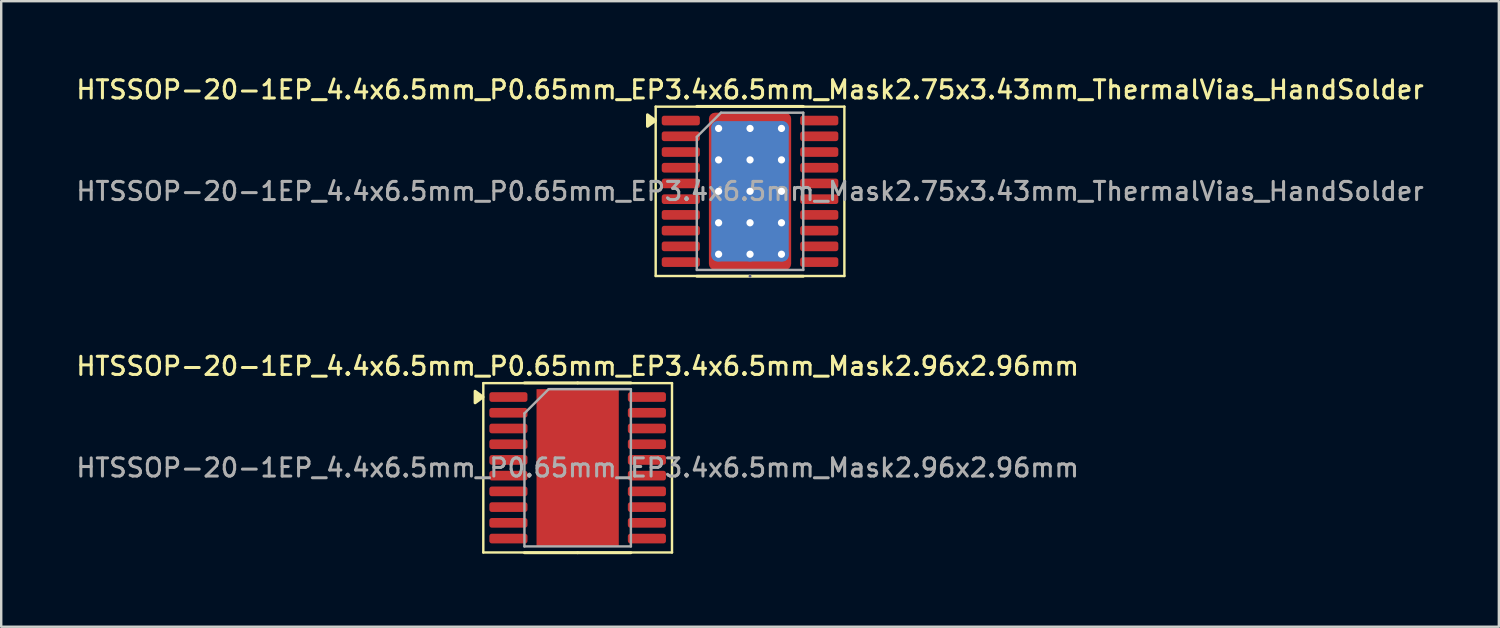
<source format=kicad_pcb>
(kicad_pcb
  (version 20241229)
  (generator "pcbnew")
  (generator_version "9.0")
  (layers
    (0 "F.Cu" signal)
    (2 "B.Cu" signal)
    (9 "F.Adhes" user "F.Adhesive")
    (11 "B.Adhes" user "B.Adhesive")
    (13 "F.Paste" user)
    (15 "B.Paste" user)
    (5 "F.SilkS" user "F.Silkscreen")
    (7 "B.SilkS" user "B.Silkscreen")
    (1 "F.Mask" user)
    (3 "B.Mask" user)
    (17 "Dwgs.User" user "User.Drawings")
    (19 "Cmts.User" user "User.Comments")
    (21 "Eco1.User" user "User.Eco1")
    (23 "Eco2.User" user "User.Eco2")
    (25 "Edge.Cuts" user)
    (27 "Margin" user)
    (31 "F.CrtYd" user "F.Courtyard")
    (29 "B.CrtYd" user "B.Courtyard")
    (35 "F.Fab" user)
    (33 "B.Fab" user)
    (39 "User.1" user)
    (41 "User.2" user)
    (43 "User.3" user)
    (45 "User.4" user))
  (footprint "HTSSOP-20-1EP_4.4x6.5mm_P0.65mm_EP3.4x6.5mm_Mask2.75x3.43mm_ThermalVias_HandSolder"
    (layer "F.Cu")
    (at 27.952 4.858)
    (property "Reference" "HTSSOP-20-1EP_4.4x6.5mm_P0.65mm_EP3.4x6.5mm_Mask2.75x3.43mm_ThermalVias_HandSolder" (at 0 -4.2 0) (layer "F.SilkS") (effects (font (size 0.75 0.75) (thickness 0.125))))
    (attr smd)
    (fp_line (start -3.9 -3.5) (end -3.9 3.5) (stroke (width 0.1) (type solid)) (layer "F.SilkS"))
    (fp_line (start -3.9 3.5) (end 3.9 3.5) (stroke (width 0.1) (type solid)) (layer "F.SilkS"))
    (fp_line (start 0 -3.51) (end -2.2 -3.51) (stroke (width 0.12) (type solid)) (layer "F.SilkS"))
    (fp_line (start 0 -3.51) (end 2.2 -3.51) (stroke (width 0.12) (type solid)) (layer "F.SilkS"))
    (fp_line (start 0 3.51) (end -2.2 3.51) (stroke (width 0.12) (type solid)) (layer "F.SilkS"))
    (fp_line (start 0 3.51) (end 2.2 3.51) (stroke (width 0.12) (type solid)) (layer "F.SilkS"))
    (fp_line (start 3.9 -3.5) (end -3.9 -3.5) (stroke (width 0.1) (type solid)) (layer "F.SilkS"))
    (fp_line (start 3.9 3.5) (end 3.9 -3.5) (stroke (width 0.1) (type solid)) (layer "F.SilkS"))
    (fp_poly (pts (xy -3.91 -2.925) (xy -4.24 -3.165) (xy -4.24 -2.685) (xy -3.91 -2.925)) (stroke (width 0.12) (type solid)) (fill yes) (layer "F.SilkS"))
    (fp_line (start 0 3.51) (end 0 3.51) (stroke (width 0.12) (type solid)) (layer "B.Fab"))
    (fp_line (start -2.2 -2.25) (end -1.2 -3.25) (stroke (width 0.1) (type solid)) (layer "F.Fab"))
    (fp_line (start -2.2 3.25) (end -2.2 -2.25) (stroke (width 0.1) (type solid)) (layer "F.Fab"))
    (fp_line (start -1.2 -3.25) (end 2.2 -3.25) (stroke (width 0.1) (type solid)) (layer "F.Fab"))
    (fp_line (start 2.2 -3.25) (end 2.2 3.25) (stroke (width 0.1) (type solid)) (layer "F.Fab"))
    (fp_line (start 2.2 3.25) (end -2.2 3.25) (stroke (width 0.1) (type solid)) (layer "F.Fab"))
    (fp_text user "${REFERENCE}" (at 0 0 0) (layer "F.Fab") (effects (font (size 0.75 0.75) (thickness 0.125))))
    (pad "" smd roundrect (at -0.69 -0.86) (size 1.11 1.38) (layers "F.Paste") (roundrect_rratio 0.225))
    (pad "" smd roundrect (at -0.69 0.86) (size 1.11 1.38) (layers "F.Paste") (roundrect_rratio 0.225))
    (pad "" smd roundrect (at 0 0) (size 2.75 3.43) (layers "*.Mask") (roundrect_rratio 0.091))
    (pad "" smd roundrect (at 0.69 -0.86) (size 1.11 1.38) (layers "F.Paste") (roundrect_rratio 0.225))
    (pad "" smd roundrect (at 0.69 0.86) (size 1.11 1.38) (layers "F.Paste") (roundrect_rratio 0.225))
    (pad "1" smd roundrect (at -2.862 -2.925) (size 1.575 0.4) (layers "F.Cu" "F.Mask" "F.Paste") (roundrect_rratio 0.25))
    (pad "2" smd roundrect (at -2.862 -2.275) (size 1.575 0.4) (layers "F.Cu" "F.Mask" "F.Paste") (roundrect_rratio 0.25))
    (pad "3" smd roundrect (at -2.862 -1.625) (size 1.575 0.4) (layers "F.Cu" "F.Mask" "F.Paste") (roundrect_rratio 0.25))
    (pad "4" smd roundrect (at -2.862 -0.975) (size 1.575 0.4) (layers "F.Cu" "F.Mask" "F.Paste") (roundrect_rratio 0.25))
    (pad "5" smd roundrect (at -2.862 -0.325) (size 1.575 0.4) (layers "F.Cu" "F.Mask" "F.Paste") (roundrect_rratio 0.25))
    (pad "6" smd roundrect (at -2.862 0.325) (size 1.575 0.4) (layers "F.Cu" "F.Mask" "F.Paste") (roundrect_rratio 0.25))
    (pad "7" smd roundrect (at -2.862 0.975) (size 1.575 0.4) (layers "F.Cu" "F.Mask" "F.Paste") (roundrect_rratio 0.25))
    (pad "8" smd roundrect (at -2.862 1.625) (size 1.575 0.4) (layers "F.Cu" "F.Mask" "F.Paste") (roundrect_rratio 0.25))
    (pad "9" smd roundrect (at -2.862 2.275) (size 1.575 0.4) (layers "F.Cu" "F.Mask" "F.Paste") (roundrect_rratio 0.25))
    (pad "10" smd roundrect (at -2.862 2.925) (size 1.575 0.4) (layers "F.Cu" "F.Mask" "F.Paste") (roundrect_rratio 0.25))
    (pad "11" smd roundrect (at 2.862 2.925) (size 1.575 0.4) (layers "F.Cu" "F.Mask" "F.Paste") (roundrect_rratio 0.25))
    (pad "12" smd roundrect (at 2.862 2.275) (size 1.575 0.4) (layers "F.Cu" "F.Mask" "F.Paste") (roundrect_rratio 0.25))
    (pad "13" smd roundrect (at 2.862 1.625) (size 1.575 0.4) (layers "F.Cu" "F.Mask" "F.Paste") (roundrect_rratio 0.25))
    (pad "14" smd roundrect (at 2.862 0.975) (size 1.575 0.4) (layers "F.Cu" "F.Mask" "F.Paste") (roundrect_rratio 0.25))
    (pad "15" smd roundrect (at 2.862 0.325) (size 1.575 0.4) (layers "F.Cu" "F.Mask" "F.Paste") (roundrect_rratio 0.25))
    (pad "16" smd roundrect (at 2.862 -0.325) (size 1.575 0.4) (layers "F.Cu" "F.Mask" "F.Paste") (roundrect_rratio 0.25))
    (pad "17" smd roundrect (at 2.862 -0.975) (size 1.575 0.4) (layers "F.Cu" "F.Mask" "F.Paste") (roundrect_rratio 0.25))
    (pad "18" smd roundrect (at 2.862 -1.625) (size 1.575 0.4) (layers "F.Cu" "F.Mask" "F.Paste") (roundrect_rratio 0.25))
    (pad "19" smd roundrect (at 2.862 -2.275) (size 1.575 0.4) (layers "F.Cu" "F.Mask" "F.Paste") (roundrect_rratio 0.25))
    (pad "20" smd roundrect (at 2.862 -2.925) (size 1.575 0.4) (layers "F.Cu" "F.Mask" "F.Paste") (roundrect_rratio 0.25))
    (pad "21" thru_hole circle (at -1.3 -2.6) (size 0.6 0.6) (drill 0.3) (layers "*.Cu"))
    (pad "21" thru_hole circle (at -1.3 -1.3) (size 0.6 0.6) (drill 0.3) (layers "*.Cu"))
    (pad "21" thru_hole circle (at -1.3 0) (size 0.6 0.6) (drill 0.3) (layers "*.Cu"))
    (pad "21" thru_hole circle (at -1.3 1.3) (size 0.6 0.6) (drill 0.3) (layers "*.Cu"))
    (pad "21" thru_hole circle (at -1.3 2.6) (size 0.6 0.6) (drill 0.3) (layers "*.Cu"))
    (pad "21" thru_hole circle (at 0 -2.6) (size 0.6 0.6) (drill 0.3) (layers "*.Cu"))
    (pad "21" thru_hole circle (at 0 -1.3) (size 0.6 0.6) (drill 0.3) (layers "*.Cu"))
    (pad "21" thru_hole circle (at 0 0) (size 0.6 0.6) (drill 0.3) (layers "*.Cu"))
    (pad "21" smd roundrect (at 0 0) (size 3.2 5.8) (layers "B.Cu") (roundrect_rratio 0.078))
    (pad "21" smd roundrect (at 0 0) (size 3.4 6.5) (layers "F.Cu") (roundrect_rratio 0.074))
    (pad "21" thru_hole circle (at 0 1.3) (size 0.6 0.6) (drill 0.3) (layers "*.Cu"))
    (pad "21" thru_hole circle (at 0 2.6) (size 0.6 0.6) (drill 0.3) (layers "*.Cu"))
    (pad "21" thru_hole circle (at 1.3 -2.6) (size 0.6 0.6) (drill 0.3) (layers "*.Cu"))
    (pad "21" thru_hole circle (at 1.3 -1.3) (size 0.6 0.6) (drill 0.3) (layers "*.Cu"))
    (pad "21" thru_hole circle (at 1.3 0) (size 0.6 0.6) (drill 0.3) (layers "*.Cu"))
    (pad "21" thru_hole circle (at 1.3 1.3) (size 0.6 0.6) (drill 0.3) (layers "*.Cu"))
    (pad "21" thru_hole circle (at 1.3 2.6) (size 0.6 0.6) (drill 0.3) (layers "*.Cu")))
  (footprint "HTSSOP-20-1EP_4.4x6.5mm_P0.65mm_EP3.4x6.5mm_Mask2.96x2.96mm"
    (layer "F.Cu")
    (at 20.827 16.286)
    (property "Reference" "HTSSOP-20-1EP_4.4x6.5mm_P0.65mm_EP3.4x6.5mm_Mask2.96x2.96mm" (at 0 -4.2 0) (layer "F.SilkS") (effects (font (size 0.75 0.75) (thickness 0.125))))
    (attr smd)
    (fp_line (start -3.9 -3.5) (end -3.9 3.5) (stroke (width 0.1) (type solid)) (layer "F.SilkS"))
    (fp_line (start -3.9 3.5) (end 3.9 3.5) (stroke (width 0.1) (type solid)) (layer "F.SilkS"))
    (fp_line (start 0 -3.51) (end -2.2 -3.51) (stroke (width 0.12) (type solid)) (layer "F.SilkS"))
    (fp_line (start 0 -3.51) (end 2.2 -3.51) (stroke (width 0.12) (type solid)) (layer "F.SilkS"))
    (fp_line (start 0 3.51) (end -2.2 3.51) (stroke (width 0.12) (type solid)) (layer "F.SilkS"))
    (fp_line (start 0 3.51) (end 2.2 3.51) (stroke (width 0.12) (type solid)) (layer "F.SilkS"))
    (fp_line (start 3.9 -3.5) (end -3.9 -3.5) (stroke (width 0.1) (type solid)) (layer "F.SilkS"))
    (fp_line (start 3.9 3.5) (end 3.9 -3.5) (stroke (width 0.1) (type solid)) (layer "F.SilkS"))
    (fp_poly (pts (xy -3.91 -2.925) (xy -4.24 -3.165) (xy -4.24 -2.685) (xy -3.91 -2.925)) (stroke (width 0.12) (type solid)) (fill yes) (layer "F.SilkS"))
    (fp_line (start -2.2 -2.25) (end -1.2 -3.25) (stroke (width 0.1) (type solid)) (layer "F.Fab"))
    (fp_line (start -2.2 3.25) (end -2.2 -2.25) (stroke (width 0.1) (type solid)) (layer "F.Fab"))
    (fp_line (start -1.2 -3.25) (end 2.2 -3.25) (stroke (width 0.1) (type solid)) (layer "F.Fab"))
    (fp_line (start 2.2 -3.25) (end 2.2 3.25) (stroke (width 0.1) (type solid)) (layer "F.Fab"))
    (fp_line (start 2.2 3.25) (end -2.2 3.25) (stroke (width 0.1) (type solid)) (layer "F.Fab"))
    (fp_text user "${REFERENCE}" (at 0 0 0) (layer "F.Fab") (effects (font (size 0.75 0.75) (thickness 0.125))))
    (pad "" smd roundrect (at 0 0) (size 2.39 2.39) (layers "F.Paste") (roundrect_rratio 0.105))
    (pad "" smd rect (at 0 0) (size 2.96 2.96) (layers "F.Mask"))
    (pad "1" smd roundrect (at -2.862 -2.925) (size 1.575 0.4) (layers "F.Cu" "F.Mask" "F.Paste") (roundrect_rratio 0.25))
    (pad "2" smd roundrect (at -2.862 -2.275) (size 1.575 0.4) (layers "F.Cu" "F.Mask" "F.Paste") (roundrect_rratio 0.25))
    (pad "3" smd roundrect (at -2.862 -1.625) (size 1.575 0.4) (layers "F.Cu" "F.Mask" "F.Paste") (roundrect_rratio 0.25))
    (pad "4" smd roundrect (at -2.862 -0.975) (size 1.575 0.4) (layers "F.Cu" "F.Mask" "F.Paste") (roundrect_rratio 0.25))
    (pad "5" smd roundrect (at -2.862 -0.325) (size 1.575 0.4) (layers "F.Cu" "F.Mask" "F.Paste") (roundrect_rratio 0.25))
    (pad "6" smd roundrect (at -2.862 0.325) (size 1.575 0.4) (layers "F.Cu" "F.Mask" "F.Paste") (roundrect_rratio 0.25))
    (pad "7" smd roundrect (at -2.862 0.975) (size 1.575 0.4) (layers "F.Cu" "F.Mask" "F.Paste") (roundrect_rratio 0.25))
    (pad "8" smd roundrect (at -2.862 1.625) (size 1.575 0.4) (layers "F.Cu" "F.Mask" "F.Paste") (roundrect_rratio 0.25))
    (pad "9" smd roundrect (at -2.862 2.275) (size 1.575 0.4) (layers "F.Cu" "F.Mask" "F.Paste") (roundrect_rratio 0.25))
    (pad "10" smd roundrect (at -2.862 2.925) (size 1.575 0.4) (layers "F.Cu" "F.Mask" "F.Paste") (roundrect_rratio 0.25))
    (pad "11" smd roundrect (at 2.862 2.925) (size 1.575 0.4) (layers "F.Cu" "F.Mask" "F.Paste") (roundrect_rratio 0.25))
    (pad "12" smd roundrect (at 2.862 2.275) (size 1.575 0.4) (layers "F.Cu" "F.Mask" "F.Paste") (roundrect_rratio 0.25))
    (pad "13" smd roundrect (at 2.862 1.625) (size 1.575 0.4) (layers "F.Cu" "F.Mask" "F.Paste") (roundrect_rratio 0.25))
    (pad "14" smd roundrect (at 2.862 0.975) (size 1.575 0.4) (layers "F.Cu" "F.Mask" "F.Paste") (roundrect_rratio 0.25))
    (pad "15" smd roundrect (at 2.862 0.325) (size 1.575 0.4) (layers "F.Cu" "F.Mask" "F.Paste") (roundrect_rratio 0.25))
    (pad "16" smd roundrect (at 2.862 -0.325) (size 1.575 0.4) (layers "F.Cu" "F.Mask" "F.Paste") (roundrect_rratio 0.25))
    (pad "17" smd roundrect (at 2.862 -0.975) (size 1.575 0.4) (layers "F.Cu" "F.Mask" "F.Paste") (roundrect_rratio 0.25))
    (pad "18" smd roundrect (at 2.862 -1.625) (size 1.575 0.4) (layers "F.Cu" "F.Mask" "F.Paste") (roundrect_rratio 0.25))
    (pad "19" smd roundrect (at 2.862 -2.275) (size 1.575 0.4) (layers "F.Cu" "F.Mask" "F.Paste") (roundrect_rratio 0.25))
    (pad "20" smd roundrect (at 2.862 -2.925) (size 1.575 0.4) (layers "F.Cu" "F.Mask" "F.Paste") (roundrect_rratio 0.25))
    (pad "21" smd rect (at 0 0) (size 3.4 6.5) (property pad_prop_heatsink) (layers "F.Cu")))
  (gr_rect
    (start -3 -3)
    (end 58.904 22.856)
    (stroke (width 0.1) (type default))
    (fill no)
    (layer "Edge.Cuts")))
</source>
